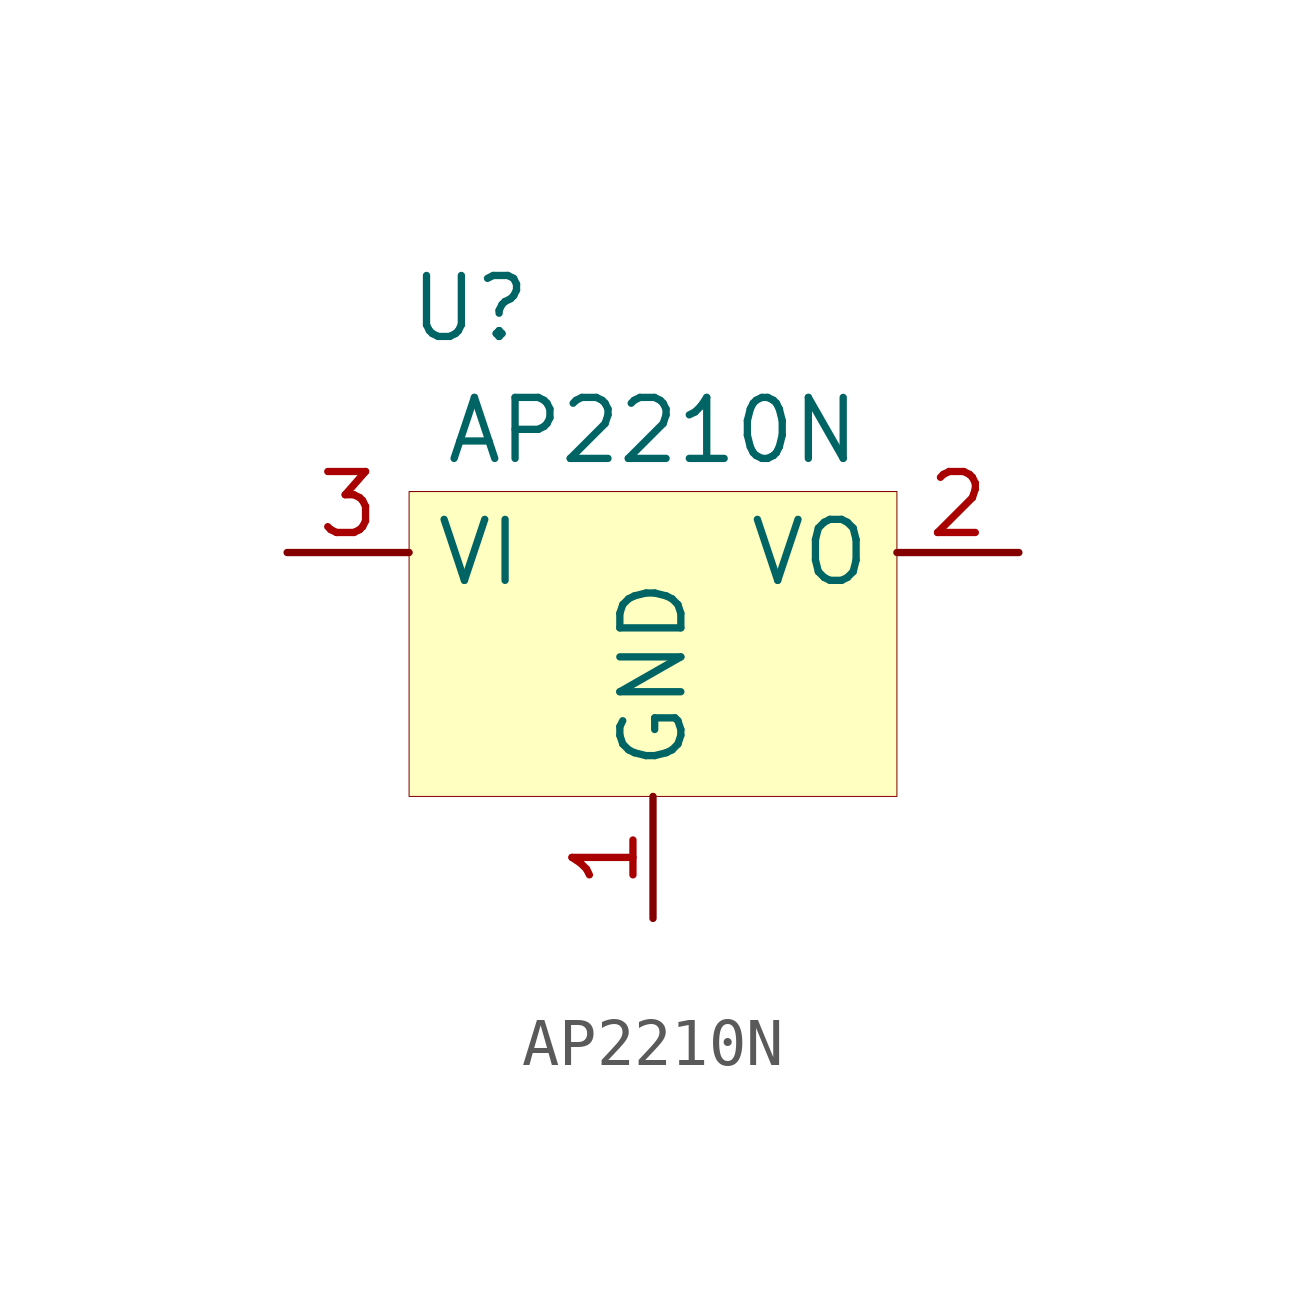
<source format=kicad_sym>
(kicad_symbol_lib
  (version 20201005)
  (generator kicad_symbol_editor)
  (symbol "ap2210n:AP2210N"
    (property "Reference" "U"
      (at -3.81 5.08 0)
      (effects (font (size 1.27 1.27))))
    (property "Value" "AP2210N"
      (at 0 2.54 0)
      (effects (font (size 1.27 1.27))))
    (symbol "AP2210N_0_1"
      (rectangle (start -5.08 1.27) (end 5.08 -5.08) (stroke (width 0.001)) (fill (type background))))
    (symbol "AP2210N_1_1"
      (pin input line (at 0 -7.62 90) (length 2.54) (name "GND" (effects (font (size 1.27 1.27)))) (number "1" (effects (font (size 1.27 1.27)))))
      (pin input line (at -7.62 0 0) (length 2.54) (name "VI" (effects (font (size 1.27 1.27)))) (number "3" (effects (font (size 1.27 1.27)))))
      (pin input line (at 7.62 0 180) (length 2.54) (name "VO" (effects (font (size 1.27 1.27)))) (number "2" (effects (font (size 1.27 1.27))))))))
</source>
